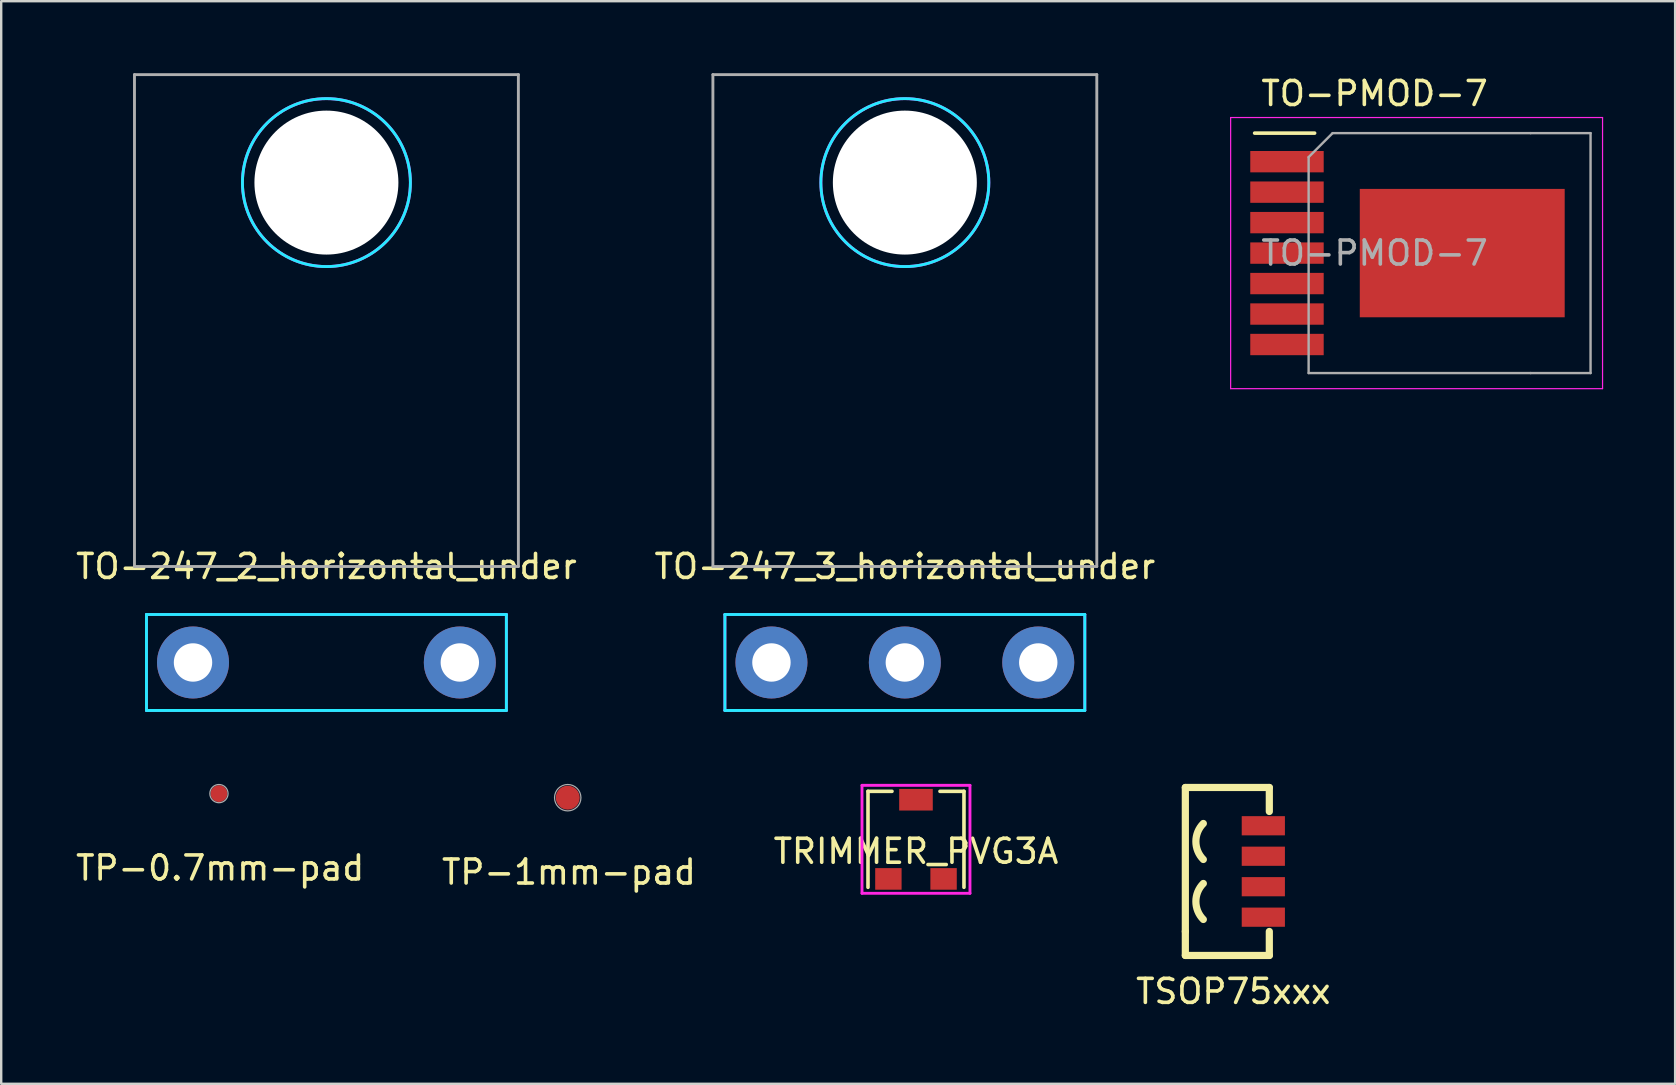
<source format=kicad_pcb>
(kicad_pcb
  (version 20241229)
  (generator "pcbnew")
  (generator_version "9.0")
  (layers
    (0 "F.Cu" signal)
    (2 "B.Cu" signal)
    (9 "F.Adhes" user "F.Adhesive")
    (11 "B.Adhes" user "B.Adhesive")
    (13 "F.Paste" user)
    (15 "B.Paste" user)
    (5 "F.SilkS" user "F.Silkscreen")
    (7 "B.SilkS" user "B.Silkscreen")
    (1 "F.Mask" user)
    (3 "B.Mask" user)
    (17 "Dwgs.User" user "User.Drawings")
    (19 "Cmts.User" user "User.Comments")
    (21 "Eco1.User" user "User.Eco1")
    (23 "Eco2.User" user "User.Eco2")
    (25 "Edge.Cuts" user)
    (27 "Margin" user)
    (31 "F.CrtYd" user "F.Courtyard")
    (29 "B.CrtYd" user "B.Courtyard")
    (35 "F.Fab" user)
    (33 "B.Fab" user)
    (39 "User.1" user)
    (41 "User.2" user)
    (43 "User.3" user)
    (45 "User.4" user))
  (footprint "TO-247_2_horizontal_under"
    (layer "F.Cu")
    (at 10.554 24.56)
    (property "Reference" "TO-247_2_horizontal_under" (at 0 -4 0) (layer "F.SilkS") (effects (font (size 1 1) (thickness 0.15))))
    (attr through_hole)
    (fp_line (start -7.5 -2) (end -7.5 2) (stroke (width 0.12) (type solid)) (layer "B.CrtYd"))
    (fp_line (start -7.5 2) (end 7.5 2) (stroke (width 0.12) (type solid)) (layer "B.CrtYd"))
    (fp_line (start 7.5 -2) (end -7.5 -2) (stroke (width 0.12) (type solid)) (layer "B.CrtYd"))
    (fp_line (start 7.5 2) (end 7.5 -2) (stroke (width 0.12) (type solid)) (layer "B.CrtYd"))
    (fp_circle (center 0 -20) (end 0 -16.5) (stroke (width 0.12) (type solid)) (fill no) (layer "B.CrtYd"))
    (fp_line (start -7.5 -2) (end -7.5 2) (stroke (width 0.12) (type solid)) (layer "F.CrtYd"))
    (fp_line (start -7.5 2) (end 7.5 2) (stroke (width 0.12) (type solid)) (layer "F.CrtYd"))
    (fp_line (start 7.5 -2) (end -7.5 -2) (stroke (width 0.12) (type solid)) (layer "F.CrtYd"))
    (fp_line (start 7.5 2) (end 7.5 -2) (stroke (width 0.12) (type solid)) (layer "F.CrtYd"))
    (fp_circle (center 0 -20) (end 0 -16.5) (stroke (width 0.12) (type solid)) (fill no) (layer "F.CrtYd"))
    (fp_line (start -8 -24.5) (end 8 -24.5) (stroke (width 0.12) (type solid)) (layer "F.Fab"))
    (fp_line (start -8 -4) (end -8 -24.5) (stroke (width 0.12) (type solid)) (layer "F.Fab"))
    (fp_line (start 8 -24.5) (end 8 -4) (stroke (width 0.12) (type solid)) (layer "F.Fab"))
    (fp_line (start 8 -4) (end -8 -4) (stroke (width 0.12) (type solid)) (layer "F.Fab"))
    (pad "" np_thru_hole circle (at 0 -20) (size 6 6) (drill 6) (layers "*.Cu" "*.Mask"))
    (pad "1" thru_hole circle (at -5.56 0) (size 3 3) (drill 1.6) (layers "*.Cu" "*.Mask"))
    (pad "2" thru_hole circle (at 5.56 0) (size 3 3) (drill 1.6) (layers "*.Cu" "*.Mask")))
  (footprint "TO-247_3_horizontal_under"
    (layer "F.Cu")
    (at 34.661 24.56)
    (property "Reference" "TO-247_3_horizontal_under" (at 0 -4 0) (layer "F.SilkS") (effects (font (size 1 1) (thickness 0.15))))
    (attr through_hole)
    (fp_line (start -7.5 -2) (end -7.5 2) (stroke (width 0.12) (type solid)) (layer "B.CrtYd"))
    (fp_line (start -7.5 2) (end 7.5 2) (stroke (width 0.12) (type solid)) (layer "B.CrtYd"))
    (fp_line (start 7.5 -2) (end -7.5 -2) (stroke (width 0.12) (type solid)) (layer "B.CrtYd"))
    (fp_line (start 7.5 2) (end 7.5 -2) (stroke (width 0.12) (type solid)) (layer "B.CrtYd"))
    (fp_circle (center 0 -20) (end 0 -16.5) (stroke (width 0.12) (type solid)) (fill no) (layer "B.CrtYd"))
    (fp_line (start -7.5 -2) (end -7.5 2) (stroke (width 0.12) (type solid)) (layer "F.CrtYd"))
    (fp_line (start -7.5 2) (end 7.5 2) (stroke (width 0.12) (type solid)) (layer "F.CrtYd"))
    (fp_line (start 7.5 -2) (end -7.5 -2) (stroke (width 0.12) (type solid)) (layer "F.CrtYd"))
    (fp_line (start 7.5 2) (end 7.5 -2) (stroke (width 0.12) (type solid)) (layer "F.CrtYd"))
    (fp_circle (center 0 -20) (end 0 -16.5) (stroke (width 0.12) (type solid)) (fill no) (layer "F.CrtYd"))
    (fp_line (start -8 -24.5) (end 8 -24.5) (stroke (width 0.12) (type solid)) (layer "F.Fab"))
    (fp_line (start -8 -4) (end -8 -24.5) (stroke (width 0.12) (type solid)) (layer "F.Fab"))
    (fp_line (start 8 -24.5) (end 8 -4) (stroke (width 0.12) (type solid)) (layer "F.Fab"))
    (fp_line (start 8 -4) (end -8 -4) (stroke (width 0.12) (type solid)) (layer "F.Fab"))
    (pad "" np_thru_hole circle (at 0 -20) (size 6 6) (drill 6) (layers "*.Cu" "*.Mask"))
    (pad "1" thru_hole circle (at -5.56 0) (size 3 3) (drill 1.6) (layers "*.Cu" "*.Mask"))
    (pad "2" thru_hole circle (at 0 0) (size 3 3) (drill 1.6) (layers "*.Cu" "*.Mask"))
    (pad "3" thru_hole circle (at 5.56 0) (size 3 3) (drill 1.6) (layers "*.Cu" "*.Mask")))
  (footprint "TP-1mm-pad"
    (layer "F.Cu")
    (at 20.611 30.195)
    (property "Reference" "TP-1mm-pad" (at 0.05 3.1 0) (layer "F.SilkS") (effects (font (size 1 1) (thickness 0.15))))
    (attr through_hole)
    (fp_circle (center 0 0) (end 0.55 0) (stroke (width 0.05) (type solid)) (fill no) (layer "F.Fab"))
    (pad "1" smd circle (at 0 0) (size 1 1) (layers "F.Cu" "F.Mask")))
  (footprint "TRIMMER_PVG3A"
    (layer "F.Cu")
    (at 35.125 31.93)
    (property "Reference" "TRIMMER_PVG3A" (at 0 0.5 0) (layer "F.SilkS") (effects (font (size 1 1) (thickness 0.15))))
    (attr through_hole)
    (fp_line (start -2 -2) (end -2 2) (stroke (width 0.15) (type solid)) (layer "F.SilkS"))
    (fp_line (start -1 -2) (end -2 -2) (stroke (width 0.15) (type solid)) (layer "F.SilkS"))
    (fp_line (start 1 -2) (end 2 -2) (stroke (width 0.15) (type solid)) (layer "F.SilkS"))
    (fp_line (start 2 -2) (end 2 2) (stroke (width 0.15) (type solid)) (layer "F.SilkS"))
    (fp_line (start -2.25 -2.25) (end 2.25 -2.25) (stroke (width 0.12) (type solid)) (layer "F.CrtYd"))
    (fp_line (start -2.25 2.25) (end -2.25 -2.25) (stroke (width 0.12) (type solid)) (layer "F.CrtYd"))
    (fp_line (start 2.25 -2.25) (end 2.25 2.25) (stroke (width 0.12) (type solid)) (layer "F.CrtYd"))
    (fp_line (start 2.25 2.25) (end -2.25 2.25) (stroke (width 0.12) (type solid)) (layer "F.CrtYd"))
    (pad "1" smd rect (at -1.15 1.65) (size 1.1 0.9) (layers "F.Cu" "F.Mask" "F.Paste"))
    (pad "2" smd rect (at 0 -1.65) (size 1.4 0.9) (layers "F.Cu" "F.Mask" "F.Paste"))
    (pad "3" smd rect (at 1.15 1.65) (size 1.1 0.9) (layers "F.Cu" "F.Mask" "F.Paste")))
  (footprint "TP-0.7mm-pad"
    (layer "F.Cu")
    (at 6.075 30.025)
    (property "Reference" "TP-0.7mm-pad" (at 0.05 3.1 0) (layer "F.SilkS") (effects (font (size 1 1) (thickness 0.15))))
    (attr through_hole)
    (fp_circle (center 0 0) (end 0.38 0) (stroke (width 0.05) (type solid)) (fill no) (layer "F.Fab"))
    (pad "1" smd circle (at 0 0) (size 0.7 0.7) (layers "F.Cu" "F.Mask")))
  (footprint "TSOP75xxx"
    (layer "F.Cu")
    (at 49.601 33.27)
    (property "Reference" "TSOP75xxx" (at -1.25 5 0) (layer "F.SilkS") (effects (font (size 1 1) (thickness 0.15))))
    (attr through_hole)
    (fp_line (start -3.25 -3.5) (end -3.25 2.5) (stroke (width 0.3) (type solid)) (layer "F.SilkS"))
    (fp_line (start -3.25 2.5) (end -3.25 3.5) (stroke (width 0.3) (type solid)) (layer "F.SilkS"))
    (fp_line (start -3.25 3.5) (end 0.25 3.5) (stroke (width 0.3) (type solid)) (layer "F.SilkS"))
    (fp_line (start 0.25 -3.5) (end -3.25 -3.5) (stroke (width 0.3) (type solid)) (layer "F.SilkS"))
    (fp_line (start 0.25 -3.5) (end 0.25 -2.5) (stroke (width 0.3) (type solid)) (layer "F.SilkS"))
    (fp_line (start 0.25 3.5) (end 0.25 2.5) (stroke (width 0.3) (type solid)) (layer "F.SilkS"))
    (fp_arc (start -2.5 -0.5) (mid -2.81066 -1.25) (end -2.5 -2) (stroke (width 0.3) (type solid)) (layer "F.SilkS"))
    (fp_arc (start -2.5 2) (mid -2.81066 1.25) (end -2.5 0.5) (stroke (width 0.3) (type solid)) (layer "F.SilkS"))
    (pad "1" smd rect (at 0 -1.905 90) (size 0.8 1.8) (layers "F.Cu" "F.Mask" "F.Paste"))
    (pad "2" smd rect (at 0 -0.635 90) (size 0.8 1.8) (layers "F.Cu" "F.Mask" "F.Paste"))
    (pad "3" smd rect (at 0 0.635 90) (size 0.8 1.8) (layers "F.Cu" "F.Mask" "F.Paste"))
    (pad "4" smd rect (at 0 1.905 90) (size 0.8 1.8) (layers "F.Cu" "F.Mask" "F.Paste")))
  (footprint "TO-PMOD-7"
    (layer "F.Cu")
    (at 54.239 7.498)
    (property "Reference" "TO-PMOD-7" (at 0 -6.65 0) (layer "F.SilkS") (effects (font (size 1 1) (thickness 0.15))))
    (attr smd)
    (fp_line (start -5 -5) (end -2.5 -5) (stroke (width 0.15) (type solid)) (layer "F.SilkS"))
    (fp_line (start -6 -5.65) (end -6 5.65) (stroke (width 0.05) (type solid)) (layer "F.CrtYd"))
    (fp_line (start -6 5.65) (end 9.5 5.65) (stroke (width 0.05) (type solid)) (layer "F.CrtYd"))
    (fp_line (start 9.5 -5.65) (end -6 -5.65) (stroke (width 0.05) (type solid)) (layer "F.CrtYd"))
    (fp_line (start 9.5 5.65) (end 9.5 -5.65) (stroke (width 0.05) (type solid)) (layer "F.CrtYd"))
    (fp_line (start -2.75 -4) (end -1.75 -5) (stroke (width 0.1) (type solid)) (layer "F.Fab"))
    (fp_line (start -2.75 5) (end -2.75 -4) (stroke (width 0.1) (type solid)) (layer "F.Fab"))
    (fp_line (start -1.75 -5) (end 6.5 -5) (stroke (width 0.1) (type solid)) (layer "F.Fab"))
    (fp_line (start 6.5 -5) (end 9 -5) (stroke (width 0.1) (type solid)) (layer "F.Fab"))
    (fp_line (start 6.5 5) (end -2.75 5) (stroke (width 0.1) (type solid)) (layer "F.Fab"))
    (fp_line (start 9 -5) (end 9 5) (stroke (width 0.1) (type solid)) (layer "F.Fab"))
    (fp_line (start 9 5) (end 6.5 5) (stroke (width 0.1) (type solid)) (layer "F.Fab"))
    (fp_text user "${REFERENCE}" (at 0 0 0) (layer "F.Fab") (effects (font (size 1 1) (thickness 0.15))))
    (pad "1" smd rect (at -3.652 -3.81) (size 3.06 0.89) (layers "F.Cu" "F.Mask" "F.Paste"))
    (pad "2" smd rect (at -3.652 -2.54) (size 3.06 0.89) (layers "F.Cu" "F.Mask" "F.Paste"))
    (pad "3" smd rect (at -3.652 -1.27) (size 3.06 0.89) (layers "F.Cu" "F.Mask" "F.Paste"))
    (pad "4" smd rect (at -3.652 0) (size 3.06 0.89) (layers "F.Cu" "F.Mask" "F.Paste"))
    (pad "5" smd rect (at -3.652 1.27) (size 3.06 0.89) (layers "F.Cu" "F.Mask" "F.Paste"))
    (pad "6" smd rect (at -3.652 2.54) (size 3.06 0.89) (layers "F.Cu" "F.Mask" "F.Paste"))
    (pad "7" smd rect (at -3.652 3.81) (size 3.06 0.89) (layers "F.Cu" "F.Mask" "F.Paste"))
    (pad "8" smd rect (at 3.652 0) (size 8.54 5.35) (layers "F.Cu" "F.Mask" "F.Paste")))
  (gr_rect
    (start -3 -3)
    (end 66.764 42.118)
    (stroke (width 0.1) (type default))
    (fill no)
    (layer "Edge.Cuts")))
</source>
